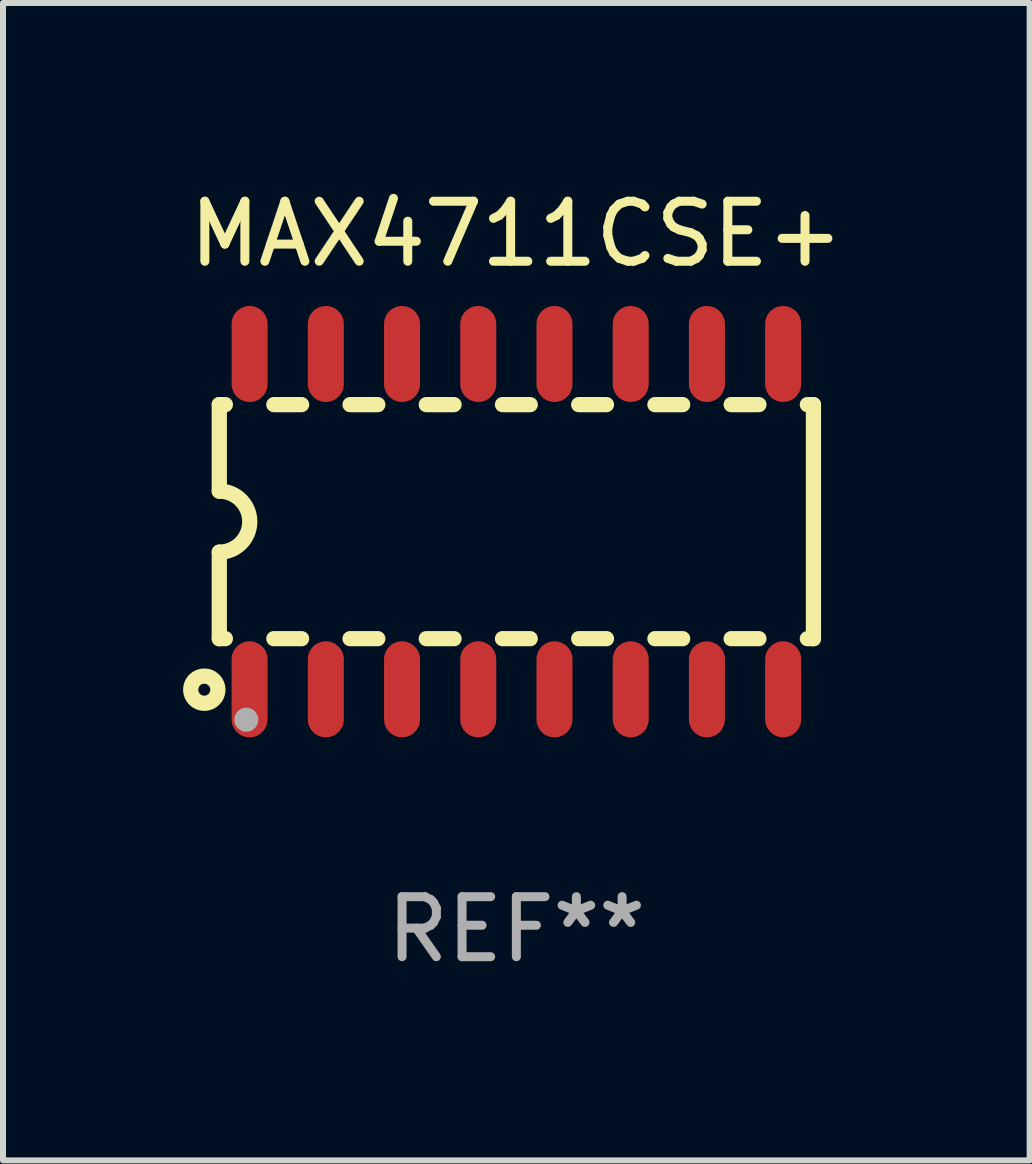
<source format=kicad_pcb>
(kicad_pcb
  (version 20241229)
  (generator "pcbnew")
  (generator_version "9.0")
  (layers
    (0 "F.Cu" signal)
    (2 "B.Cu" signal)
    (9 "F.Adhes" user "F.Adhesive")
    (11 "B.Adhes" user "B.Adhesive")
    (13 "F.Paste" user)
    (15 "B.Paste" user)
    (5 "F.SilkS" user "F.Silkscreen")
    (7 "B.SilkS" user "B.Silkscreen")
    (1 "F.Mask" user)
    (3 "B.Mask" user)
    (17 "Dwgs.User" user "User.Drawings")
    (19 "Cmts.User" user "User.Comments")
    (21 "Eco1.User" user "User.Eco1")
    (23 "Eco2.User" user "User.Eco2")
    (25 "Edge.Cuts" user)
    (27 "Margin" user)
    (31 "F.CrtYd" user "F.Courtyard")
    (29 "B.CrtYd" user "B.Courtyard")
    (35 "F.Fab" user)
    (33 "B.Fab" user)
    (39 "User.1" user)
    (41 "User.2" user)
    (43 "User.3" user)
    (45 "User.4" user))
  (footprint "MAX4711CSE+"
    (layer "F.Cu")
    (at 5.554 5.642)
    (property "Reference" "MAX4711CSE+" (at 0 -4.794 0) (layer "F.SilkS") (effects (font (size 1 1) (thickness 0.15))))
    (attr through_hole)
    (fp_line (start -4.95 -1.95) (end -4.95 -0.508) (stroke (width 0.254) (type solid)) (layer "F.SilkS"))
    (fp_line (start -4.95 -1.95) (end -4.849 -1.95) (stroke (width 0.254) (type solid)) (layer "F.SilkS"))
    (fp_line (start -4.95 1.95) (end -4.95 0.508) (stroke (width 0.254) (type solid)) (layer "F.SilkS"))
    (fp_line (start -4.95 1.95) (end -4.849 1.95) (stroke (width 0.254) (type solid)) (layer "F.SilkS"))
    (fp_line (start -4.041 -1.95) (end -3.579 -1.95) (stroke (width 0.254) (type solid)) (layer "F.SilkS"))
    (fp_line (start -4.041 1.95) (end -3.579 1.95) (stroke (width 0.254) (type solid)) (layer "F.SilkS"))
    (fp_line (start -2.771 -1.95) (end -2.309 -1.95) (stroke (width 0.254) (type solid)) (layer "F.SilkS"))
    (fp_line (start -2.771 1.95) (end -2.309 1.95) (stroke (width 0.254) (type solid)) (layer "F.SilkS"))
    (fp_line (start -1.501 -1.95) (end -1.039 -1.95) (stroke (width 0.254) (type solid)) (layer "F.SilkS"))
    (fp_line (start -1.501 1.95) (end -1.039 1.95) (stroke (width 0.254) (type solid)) (layer "F.SilkS"))
    (fp_line (start -0.231 -1.95) (end 0.231 -1.95) (stroke (width 0.254) (type solid)) (layer "F.SilkS"))
    (fp_line (start -0.231 1.95) (end 0.231 1.95) (stroke (width 0.254) (type solid)) (layer "F.SilkS"))
    (fp_line (start 1.039 -1.95) (end 1.501 -1.95) (stroke (width 0.254) (type solid)) (layer "F.SilkS"))
    (fp_line (start 1.039 1.95) (end 1.501 1.95) (stroke (width 0.254) (type solid)) (layer "F.SilkS"))
    (fp_line (start 2.309 -1.95) (end 2.771 -1.95) (stroke (width 0.254) (type solid)) (layer "F.SilkS"))
    (fp_line (start 2.309 1.95) (end 2.771 1.95) (stroke (width 0.254) (type solid)) (layer "F.SilkS"))
    (fp_line (start 3.579 -1.95) (end 4.041 -1.95) (stroke (width 0.254) (type solid)) (layer "F.SilkS"))
    (fp_line (start 3.579 1.95) (end 4.041 1.95) (stroke (width 0.254) (type solid)) (layer "F.SilkS"))
    (fp_line (start 4.849 -1.95) (end 4.95 -1.95) (stroke (width 0.254) (type solid)) (layer "F.SilkS"))
    (fp_line (start 4.849 1.95) (end 4.95 1.95) (stroke (width 0.254) (type solid)) (layer "F.SilkS"))
    (fp_line (start 4.95 -1.95) (end 4.95 1.95) (stroke (width 0.254) (type solid)) (layer "F.SilkS"))
    (fp_arc (start -4.95047 -0.508001) (mid -4.442469 -0.000228) (end -4.950013 0.508001) (stroke (width 0.254001) (type solid)) (layer "F.SilkS"))
    (fp_circle (center -5.2 2.8) (end -5.1 2.8) (stroke (width 0.254) (type solid)) (fill no) (layer "F.SilkS"))
    (fp_circle (center -4.95 2.947) (end -4.92 2.947) (stroke (width 0.06) (type solid)) (fill no) (layer "F.SilkS"))
    (fp_circle (center -4.5 3.3) (end -4.4 3.3) (stroke (width 0.2) (type solid)) (fill no) (layer "F.Fab"))
    (fp_text user "REF**" (at 0 6.794 0) (layer "F.Fab") (effects (font (size 1 1) (thickness 0.15))))
    (pad "1" smd oval (at -4.445 2.794) (size 0.6 1.6) (layers "F.Cu" "F.Mask" "F.Paste"))
    (pad "2" smd oval (at -3.175 2.794) (size 0.6 1.6) (layers "F.Cu" "F.Mask" "F.Paste"))
    (pad "3" smd oval (at -1.905 2.794) (size 0.6 1.6) (layers "F.Cu" "F.Mask" "F.Paste"))
    (pad "4" smd oval (at -0.635 2.794) (size 0.6 1.6) (layers "F.Cu" "F.Mask" "F.Paste"))
    (pad "5" smd oval (at 0.635 2.794) (size 0.6 1.6) (layers "F.Cu" "F.Mask" "F.Paste"))
    (pad "6" smd oval (at 1.905 2.794) (size 0.6 1.6) (layers "F.Cu" "F.Mask" "F.Paste"))
    (pad "7" smd oval (at 3.175 2.794) (size 0.6 1.6) (layers "F.Cu" "F.Mask" "F.Paste"))
    (pad "8" smd oval (at 4.445 2.794) (size 0.6 1.6) (layers "F.Cu" "F.Mask" "F.Paste"))
    (pad "9" smd oval (at 4.445 -2.794) (size 0.6 1.6) (layers "F.Cu" "F.Mask" "F.Paste"))
    (pad "10" smd oval (at 3.175 -2.794) (size 0.6 1.6) (layers "F.Cu" "F.Mask" "F.Paste"))
    (pad "11" smd oval (at 1.905 -2.794) (size 0.6 1.6) (layers "F.Cu" "F.Mask" "F.Paste"))
    (pad "12" smd oval (at 0.635 -2.794) (size 0.6 1.6) (layers "F.Cu" "F.Mask" "F.Paste"))
    (pad "13" smd oval (at -0.635 -2.794) (size 0.6 1.6) (layers "F.Cu" "F.Mask" "F.Paste"))
    (pad "14" smd oval (at -1.905 -2.794) (size 0.6 1.6) (layers "F.Cu" "F.Mask" "F.Paste"))
    (pad "15" smd oval (at -3.175 -2.794) (size 0.6 1.6) (layers "F.Cu" "F.Mask" "F.Paste"))
    (pad "16" smd oval (at -4.445 -2.794) (size 0.6 1.6) (layers "F.Cu" "F.Mask" "F.Paste")))
  (gr_rect
    (start -3 -3)
    (end 14.107 16.285)
    (stroke (width 0.1) (type default))
    (fill no)
    (layer "Edge.Cuts")))
</source>
